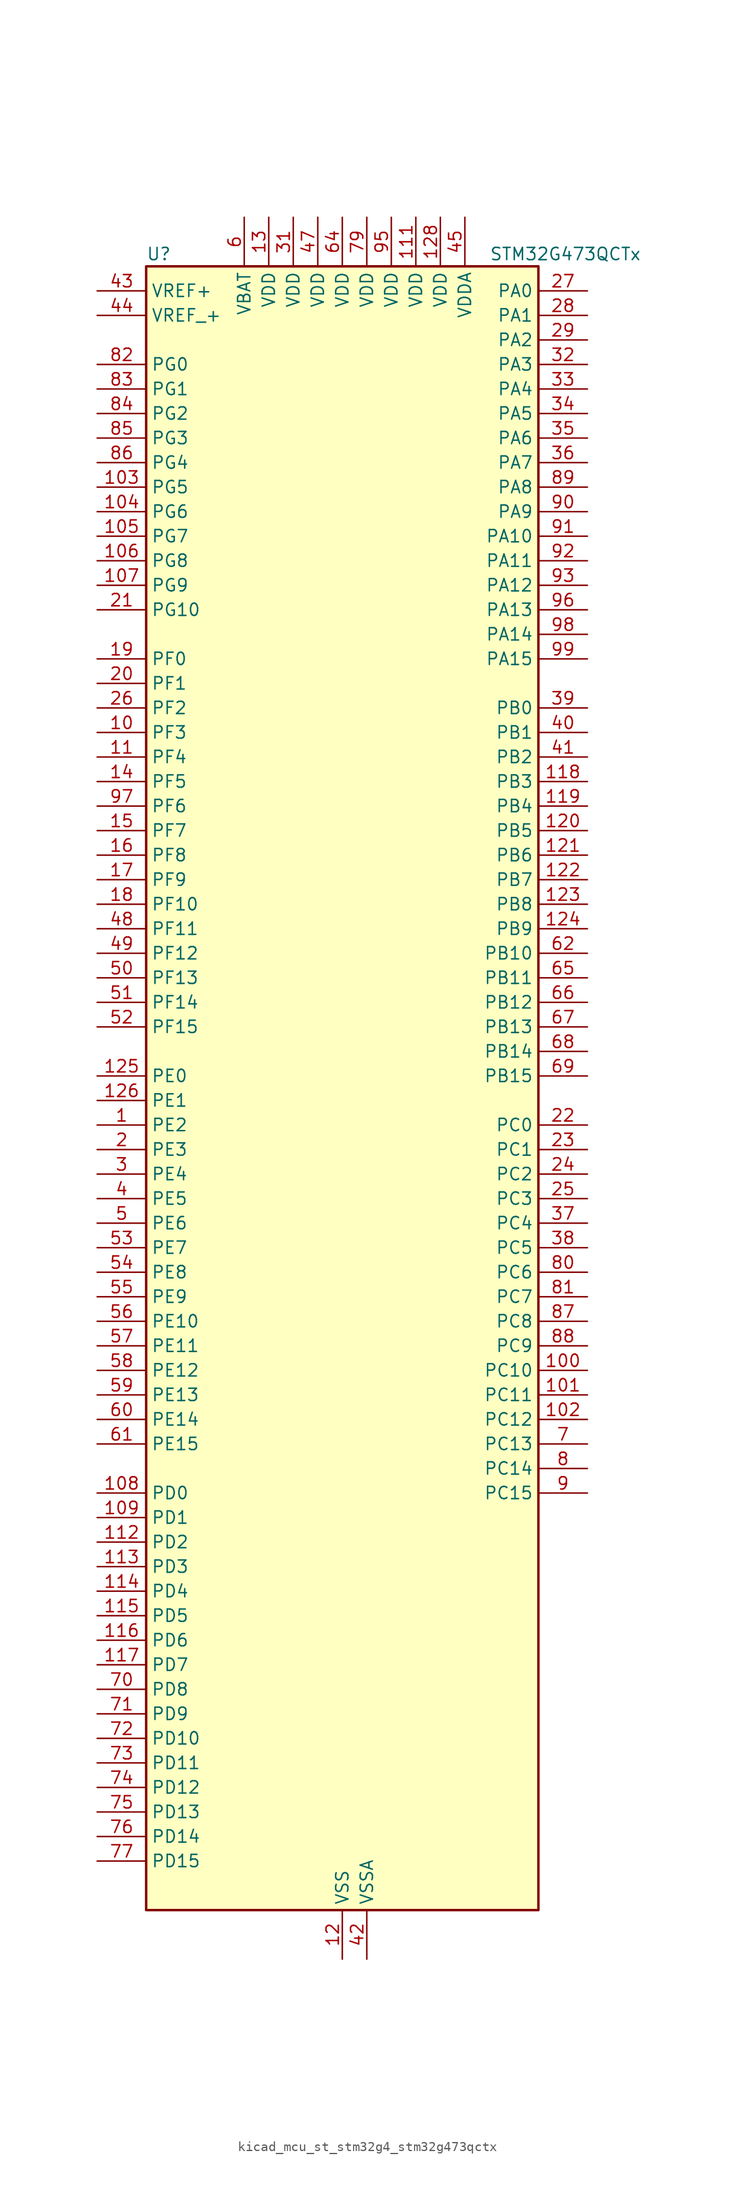
<source format=kicad_sym>
(kicad_symbol_lib
  (version 20220914)
  (generator kicad_symbol_editor)
  (symbol "kicad_mcu_st_stm32g4_stm32g473qctx"
    (property "Reference" "U"
      (at -20.32 87.63 0)
      (effects (font (size 1.27 1.27)) (justify left)))
    (property "Value" "STM32G473QCTx"
      (at 15.24 87.63 0)
      (effects (font (size 1.27 1.27)) (justify left)))
    (property "ki_locked" ""
      (at 0 0 0)
      (effects (font (size 1.27 1.27))))
    (symbol "kicad_mcu_st_stm32g4_stm32g473qctx_0_1"
      (rectangle (start -20.32 -83.82) (end 20.32 86.36) (stroke (width 0.254) (type default)) (fill (type background))))
    (symbol "kicad_mcu_st_stm32g4_stm32g473qctx_1_1"
      (pin bidirectional line (at -25.4 -2.54 0) (length 5.08) (name "PE2" (effects (font (size 1.27 1.27)))) (number "1" (effects (font (size 1.27 1.27)))) (alternate "ADC3_EXTI2" bidirectional line) (alternate "ADC4_EXTI2" bidirectional line) (alternate "ADC5_EXTI2" bidirectional line) (alternate "FMC_A23" bidirectional line) (alternate "SAI1_CK1" bidirectional line) (alternate "SAI1_MCLK_A" bidirectional line) (alternate "SPI4_SCK" bidirectional line) (alternate "SYS_TRACECLK" bidirectional line) (alternate "TIM20_CH1" bidirectional line) (alternate "TIM3_CH1" bidirectional line))
      (pin bidirectional line (at -25.4 38.1 0) (length 5.08) (name "PF3" (effects (font (size 1.27 1.27)))) (number "10" (effects (font (size 1.27 1.27)))) (alternate "ADC3_EXTI3" bidirectional line) (alternate "ADC4_EXTI3" bidirectional line) (alternate "ADC5_EXTI3" bidirectional line) (alternate "FMC_A3" bidirectional line) (alternate "I2C3_SCL" bidirectional line) (alternate "TIM20_CH4" bidirectional line))
      (pin bidirectional line (at 25.4 -27.94 180) (length 5.08) (name "PC10" (effects (font (size 1.27 1.27)))) (number "100" (effects (font (size 1.27 1.27)))) (alternate "DAC1_EXTI10" bidirectional line) (alternate "DAC2_EXTI10" bidirectional line) (alternate "DAC3_EXTI10" bidirectional line) (alternate "DAC4_EXTI10" bidirectional line) (alternate "I2S3_CK" bidirectional line) (alternate "SPI3_SCK" bidirectional line) (alternate "TIM8_CH1N" bidirectional line) (alternate "UART4_TX" bidirectional line) (alternate "USART3_TX" bidirectional line))
      (pin bidirectional line (at 25.4 -30.48 180) (length 5.08) (name "PC11" (effects (font (size 1.27 1.27)))) (number "101" (effects (font (size 1.27 1.27)))) (alternate "ADC1_EXTI11" bidirectional line) (alternate "ADC2_EXTI11" bidirectional line) (alternate "I2C3_SDA" bidirectional line) (alternate "SPI3_MISO" bidirectional line) (alternate "TIM8_CH2N" bidirectional line) (alternate "UART4_RX" bidirectional line) (alternate "USART3_RX" bidirectional line))
      (pin bidirectional line (at 25.4 -33.02 180) (length 5.08) (name "PC12" (effects (font (size 1.27 1.27)))) (number "102" (effects (font (size 1.27 1.27)))) (alternate "I2S3_SD" bidirectional line) (alternate "SPI3_MOSI" bidirectional line) (alternate "TIM5_CH2" bidirectional line) (alternate "TIM8_CH3N" bidirectional line) (alternate "UART5_TX" bidirectional line) (alternate "UCPD1_FRSTX1" bidirectional line) (alternate "UCPD1_FRSTX2" bidirectional line) (alternate "USART3_CK" bidirectional line))
      (pin bidirectional line (at -25.4 63.5 0) (length 5.08) (name "PG5" (effects (font (size 1.27 1.27)))) (number "103" (effects (font (size 1.27 1.27)))) (alternate "FMC_A15" bidirectional line) (alternate "LPUART1_CTS" bidirectional line) (alternate "SPI1_NSS" bidirectional line) (alternate "TIM20_ETR" bidirectional line))
      (pin bidirectional line (at -25.4 60.96 0) (length 5.08) (name "PG6" (effects (font (size 1.27 1.27)))) (number "104" (effects (font (size 1.27 1.27)))) (alternate "FMC_INT" bidirectional line) (alternate "I2C3_SMBA" bidirectional line) (alternate "LPUART1_DE" bidirectional line) (alternate "LPUART1_RTS" bidirectional line) (alternate "TIM20_BKIN" bidirectional line))
      (pin bidirectional line (at -25.4 58.42 0) (length 5.08) (name "PG7" (effects (font (size 1.27 1.27)))) (number "105" (effects (font (size 1.27 1.27)))) (alternate "FMC_INT" bidirectional line) (alternate "I2C3_SCL" bidirectional line) (alternate "LPUART1_TX" bidirectional line) (alternate "SAI1_CK1" bidirectional line) (alternate "SAI1_MCLK_A" bidirectional line))
      (pin bidirectional line (at -25.4 55.88 0) (length 5.08) (name "PG8" (effects (font (size 1.27 1.27)))) (number "106" (effects (font (size 1.27 1.27)))) (alternate "FMC_NE3" bidirectional line) (alternate "I2C3_SDA" bidirectional line) (alternate "LPUART1_RX" bidirectional line))
      (pin bidirectional line (at -25.4 53.34 0) (length 5.08) (name "PG9" (effects (font (size 1.27 1.27)))) (number "107" (effects (font (size 1.27 1.27)))) (alternate "DAC1_EXTI9" bidirectional line) (alternate "DAC2_EXTI9" bidirectional line) (alternate "DAC3_EXTI9" bidirectional line) (alternate "DAC4_EXTI9" bidirectional line) (alternate "FMC_NCE" bidirectional line) (alternate "FMC_NE2" bidirectional line) (alternate "SPI3_SCK" bidirectional line) (alternate "TIM15_CH1N" bidirectional line) (alternate "USART1_TX" bidirectional line))
      (pin bidirectional line (at -25.4 -40.64 0) (length 5.08) (name "PD0" (effects (font (size 1.27 1.27)))) (number "108" (effects (font (size 1.27 1.27)))) (alternate "FDCAN1_RX" bidirectional line) (alternate "FMC_D2" bidirectional line) (alternate "FMC_DA2" bidirectional line) (alternate "TIM8_CH4N" bidirectional line))
      (pin bidirectional line (at -25.4 -43.18 0) (length 5.08) (name "PD1" (effects (font (size 1.27 1.27)))) (number "109" (effects (font (size 1.27 1.27)))) (alternate "FDCAN1_TX" bidirectional line) (alternate "FMC_D3" bidirectional line) (alternate "FMC_DA3" bidirectional line) (alternate "TIM8_BKIN2" bidirectional line) (alternate "TIM8_CH4" bidirectional line))
      (pin bidirectional line (at -25.4 35.56 0) (length 5.08) (name "PF4" (effects (font (size 1.27 1.27)))) (number "11" (effects (font (size 1.27 1.27)))) (alternate "COMP1_OUT" bidirectional line) (alternate "FMC_A4" bidirectional line) (alternate "I2C3_SDA" bidirectional line) (alternate "TIM20_CH1N" bidirectional line))
      (pin passive line (at 0 -88.9 90) (length 5.08) hide (name "VSS" (effects (font (size 1.27 1.27)))) (number "110" (effects (font (size 1.27 1.27)))))
      (pin power_in line (at 7.62 91.44 270) (length 5.08) (name "VDD" (effects (font (size 1.27 1.27)))) (number "111" (effects (font (size 1.27 1.27)))))
      (pin bidirectional line (at -25.4 -45.72 0) (length 5.08) (name "PD2" (effects (font (size 1.27 1.27)))) (number "112" (effects (font (size 1.27 1.27)))) (alternate "ADC3_EXTI2" bidirectional line) (alternate "ADC4_EXTI2" bidirectional line) (alternate "ADC5_EXTI2" bidirectional line) (alternate "TIM3_ETR" bidirectional line) (alternate "TIM8_BKIN" bidirectional line) (alternate "UART5_RX" bidirectional line))
      (pin bidirectional line (at -25.4 -48.26 0) (length 5.08) (name "PD3" (effects (font (size 1.27 1.27)))) (number "113" (effects (font (size 1.27 1.27)))) (alternate "ADC3_EXTI3" bidirectional line) (alternate "ADC4_EXTI3" bidirectional line) (alternate "ADC5_EXTI3" bidirectional line) (alternate "FMC_CLK" bidirectional line) (alternate "QUADSPI1_BK2_NCS" bidirectional line) (alternate "TIM2_CH1" bidirectional line) (alternate "TIM2_ETR" bidirectional line) (alternate "USART2_CTS" bidirectional line) (alternate "USART2_NSS" bidirectional line))
      (pin bidirectional line (at -25.4 -50.8 0) (length 5.08) (name "PD4" (effects (font (size 1.27 1.27)))) (number "114" (effects (font (size 1.27 1.27)))) (alternate "FMC_NOE" bidirectional line) (alternate "QUADSPI1_BK2_IO0" bidirectional line) (alternate "TIM2_CH2" bidirectional line) (alternate "USART2_DE" bidirectional line) (alternate "USART2_RTS" bidirectional line))
      (pin bidirectional line (at -25.4 -53.34 0) (length 5.08) (name "PD5" (effects (font (size 1.27 1.27)))) (number "115" (effects (font (size 1.27 1.27)))) (alternate "FMC_NWE" bidirectional line) (alternate "QUADSPI1_BK2_IO1" bidirectional line) (alternate "USART2_TX" bidirectional line))
      (pin bidirectional line (at -25.4 -55.88 0) (length 5.08) (name "PD6" (effects (font (size 1.27 1.27)))) (number "116" (effects (font (size 1.27 1.27)))) (alternate "FMC_NWAIT" bidirectional line) (alternate "QUADSPI1_BK2_IO2" bidirectional line) (alternate "SAI1_D1" bidirectional line) (alternate "SAI1_SD_A" bidirectional line) (alternate "TIM2_CH4" bidirectional line) (alternate "USART2_RX" bidirectional line))
      (pin bidirectional line (at -25.4 -58.42 0) (length 5.08) (name "PD7" (effects (font (size 1.27 1.27)))) (number "117" (effects (font (size 1.27 1.27)))) (alternate "FMC_NCE" bidirectional line) (alternate "FMC_NE1" bidirectional line) (alternate "QUADSPI1_BK2_IO3" bidirectional line) (alternate "TIM2_CH3" bidirectional line) (alternate "USART2_CK" bidirectional line))
      (pin bidirectional line (at 25.4 33.02 180) (length 5.08) (name "PB3" (effects (font (size 1.27 1.27)))) (number "118" (effects (font (size 1.27 1.27)))) (alternate "ADC3_EXTI3" bidirectional line) (alternate "ADC4_EXTI3" bidirectional line) (alternate "ADC5_EXTI3" bidirectional line) (alternate "CRS_SYNC" bidirectional line) (alternate "FDCAN3_RX" bidirectional line) (alternate "I2S3_CK" bidirectional line) (alternate "SAI1_SCK_B" bidirectional line) (alternate "SPI1_SCK" bidirectional line) (alternate "SPI3_SCK" bidirectional line) (alternate "SYS_JTDO-SWO" bidirectional line) (alternate "TIM2_CH2" bidirectional line) (alternate "TIM3_ETR" bidirectional line) (alternate "TIM4_ETR" bidirectional line) (alternate "TIM8_CH1N" bidirectional line) (alternate "USART2_TX" bidirectional line))
      (pin bidirectional line (at 25.4 30.48 180) (length 5.08) (name "PB4" (effects (font (size 1.27 1.27)))) (number "119" (effects (font (size 1.27 1.27)))) (alternate "FDCAN3_TX" bidirectional line) (alternate "SAI1_MCLK_B" bidirectional line) (alternate "SPI1_MISO" bidirectional line) (alternate "SPI3_MISO" bidirectional line) (alternate "SYS_JTRST" bidirectional line) (alternate "TIM16_CH1" bidirectional line) (alternate "TIM17_BKIN" bidirectional line) (alternate "TIM3_CH1" bidirectional line) (alternate "TIM8_CH2N" bidirectional line) (alternate "UART5_DE" bidirectional line) (alternate "UART5_RTS" bidirectional line) (alternate "UCPD1_CC2" bidirectional line) (alternate "USART2_RX" bidirectional line))
      (pin power_in line (at 0 -88.9 90) (length 5.08) (name "VSS" (effects (font (size 1.27 1.27)))) (number "12" (effects (font (size 1.27 1.27)))))
      (pin bidirectional line (at 25.4 27.94 180) (length 5.08) (name "PB5" (effects (font (size 1.27 1.27)))) (number "120" (effects (font (size 1.27 1.27)))) (alternate "FDCAN2_RX" bidirectional line) (alternate "I2C1_SMBA" bidirectional line) (alternate "I2C3_SDA" bidirectional line) (alternate "I2S3_SD" bidirectional line) (alternate "LPTIM1_IN1" bidirectional line) (alternate "SAI1_SD_B" bidirectional line) (alternate "SPI1_MOSI" bidirectional line) (alternate "SPI3_MOSI" bidirectional line) (alternate "TIM16_BKIN" bidirectional line) (alternate "TIM17_CH1" bidirectional line) (alternate "TIM3_CH2" bidirectional line) (alternate "TIM8_CH3N" bidirectional line) (alternate "UART5_CTS" bidirectional line) (alternate "USART2_CK" bidirectional line))
      (pin bidirectional line (at 25.4 25.4 180) (length 5.08) (name "PB6" (effects (font (size 1.27 1.27)))) (number "121" (effects (font (size 1.27 1.27)))) (alternate "COMP4_OUT" bidirectional line) (alternate "FDCAN2_TX" bidirectional line) (alternate "LPTIM1_ETR" bidirectional line) (alternate "SAI1_FS_B" bidirectional line) (alternate "TIM16_CH1N" bidirectional line) (alternate "TIM4_CH1" bidirectional line) (alternate "TIM8_BKIN2" bidirectional line) (alternate "TIM8_CH1" bidirectional line) (alternate "TIM8_ETR" bidirectional line) (alternate "UCPD1_CC1" bidirectional line) (alternate "USART1_TX" bidirectional line))
      (pin bidirectional line (at 25.4 22.86 180) (length 5.08) (name "PB7" (effects (font (size 1.27 1.27)))) (number "122" (effects (font (size 1.27 1.27)))) (alternate "COMP3_OUT" bidirectional line) (alternate "FMC_NL" bidirectional line) (alternate "I2C1_SDA" bidirectional line) (alternate "I2C4_SDA" bidirectional line) (alternate "LPTIM1_IN2" bidirectional line) (alternate "SYS_PVD_IN" bidirectional line) (alternate "TIM17_CH1N" bidirectional line) (alternate "TIM3_CH4" bidirectional line) (alternate "TIM4_CH2" bidirectional line) (alternate "TIM8_BKIN" bidirectional line) (alternate "UART4_CTS" bidirectional line) (alternate "USART1_RX" bidirectional line))
      (pin bidirectional line (at 25.4 20.32 180) (length 5.08) (name "PB8" (effects (font (size 1.27 1.27)))) (number "123" (effects (font (size 1.27 1.27)))) (alternate "COMP1_OUT" bidirectional line) (alternate "FDCAN1_RX" bidirectional line) (alternate "I2C1_SCL" bidirectional line) (alternate "SAI1_CK1" bidirectional line) (alternate "SAI1_MCLK_A" bidirectional line) (alternate "TIM16_CH1" bidirectional line) (alternate "TIM1_BKIN" bidirectional line) (alternate "TIM4_CH3" bidirectional line) (alternate "TIM8_CH2" bidirectional line) (alternate "USART3_RX" bidirectional line))
      (pin bidirectional line (at 25.4 17.78 180) (length 5.08) (name "PB9" (effects (font (size 1.27 1.27)))) (number "124" (effects (font (size 1.27 1.27)))) (alternate "COMP2_OUT" bidirectional line) (alternate "DAC1_EXTI9" bidirectional line) (alternate "DAC2_EXTI9" bidirectional line) (alternate "DAC3_EXTI9" bidirectional line) (alternate "DAC4_EXTI9" bidirectional line) (alternate "FDCAN1_TX" bidirectional line) (alternate "I2C1_SDA" bidirectional line) (alternate "IR_OUT" bidirectional line) (alternate "SAI1_D2" bidirectional line) (alternate "SAI1_FS_A" bidirectional line) (alternate "TIM17_CH1" bidirectional line) (alternate "TIM1_CH3N" bidirectional line) (alternate "TIM4_CH4" bidirectional line) (alternate "TIM8_CH3" bidirectional line) (alternate "USART3_TX" bidirectional line))
      (pin bidirectional line (at -25.4 2.54 0) (length 5.08) (name "PE0" (effects (font (size 1.27 1.27)))) (number "125" (effects (font (size 1.27 1.27)))) (alternate "FMC_NBL0" bidirectional line) (alternate "TIM16_CH1" bidirectional line) (alternate "TIM20_CH4N" bidirectional line) (alternate "TIM20_ETR" bidirectional line) (alternate "TIM4_ETR" bidirectional line) (alternate "USART1_TX" bidirectional line))
      (pin bidirectional line (at -25.4 0 0) (length 5.08) (name "PE1" (effects (font (size 1.27 1.27)))) (number "126" (effects (font (size 1.27 1.27)))) (alternate "FMC_NBL1" bidirectional line) (alternate "TIM17_CH1" bidirectional line) (alternate "TIM20_CH4" bidirectional line) (alternate "USART1_RX" bidirectional line))
      (pin passive line (at 0 -88.9 90) (length 5.08) hide (name "VSS" (effects (font (size 1.27 1.27)))) (number "127" (effects (font (size 1.27 1.27)))))
      (pin power_in line (at 10.16 91.44 270) (length 5.08) (name "VDD" (effects (font (size 1.27 1.27)))) (number "128" (effects (font (size 1.27 1.27)))))
      (pin power_in line (at -7.62 91.44 270) (length 5.08) (name "VDD" (effects (font (size 1.27 1.27)))) (number "13" (effects (font (size 1.27 1.27)))))
      (pin bidirectional line (at -25.4 33.02 0) (length 5.08) (name "PF5" (effects (font (size 1.27 1.27)))) (number "14" (effects (font (size 1.27 1.27)))) (alternate "FMC_A5" bidirectional line) (alternate "TIM20_CH2N" bidirectional line))
      (pin bidirectional line (at -25.4 27.94 0) (length 5.08) (name "PF7" (effects (font (size 1.27 1.27)))) (number "15" (effects (font (size 1.27 1.27)))) (alternate "FMC_A1" bidirectional line) (alternate "QUADSPI1_BK1_IO2" bidirectional line) (alternate "SAI1_MCLK_B" bidirectional line) (alternate "TIM20_BKIN" bidirectional line) (alternate "TIM5_CH2" bidirectional line))
      (pin bidirectional line (at -25.4 25.4 0) (length 5.08) (name "PF8" (effects (font (size 1.27 1.27)))) (number "16" (effects (font (size 1.27 1.27)))) (alternate "FMC_A24" bidirectional line) (alternate "QUADSPI1_BK1_IO0" bidirectional line) (alternate "SAI1_SCK_B" bidirectional line) (alternate "TIM20_BKIN2" bidirectional line) (alternate "TIM5_CH3" bidirectional line))
      (pin bidirectional line (at -25.4 22.86 0) (length 5.08) (name "PF9" (effects (font (size 1.27 1.27)))) (number "17" (effects (font (size 1.27 1.27)))) (alternate "DAC1_EXTI9" bidirectional line) (alternate "DAC2_EXTI9" bidirectional line) (alternate "DAC3_EXTI9" bidirectional line) (alternate "DAC4_EXTI9" bidirectional line) (alternate "FMC_A25" bidirectional line) (alternate "QUADSPI1_BK1_IO1" bidirectional line) (alternate "SAI1_FS_B" bidirectional line) (alternate "SPI2_SCK" bidirectional line) (alternate "TIM15_CH1" bidirectional line) (alternate "TIM20_BKIN" bidirectional line) (alternate "TIM5_CH4" bidirectional line))
      (pin bidirectional line (at -25.4 20.32 0) (length 5.08) (name "PF10" (effects (font (size 1.27 1.27)))) (number "18" (effects (font (size 1.27 1.27)))) (alternate "DAC1_EXTI10" bidirectional line) (alternate "DAC2_EXTI10" bidirectional line) (alternate "DAC3_EXTI10" bidirectional line) (alternate "DAC4_EXTI10" bidirectional line) (alternate "FMC_A0" bidirectional line) (alternate "QUADSPI1_CLK" bidirectional line) (alternate "SAI1_D3" bidirectional line) (alternate "SPI2_SCK" bidirectional line) (alternate "TIM15_CH2" bidirectional line) (alternate "TIM20_BKIN2" bidirectional line))
      (pin bidirectional line (at -25.4 45.72 0) (length 5.08) (name "PF0" (effects (font (size 1.27 1.27)))) (number "19" (effects (font (size 1.27 1.27)))) (alternate "ADC1_IN10" bidirectional line) (alternate "I2C2_SDA" bidirectional line) (alternate "I2S2_WS" bidirectional line) (alternate "RCC_OSC_IN" bidirectional line) (alternate "SPI2_NSS" bidirectional line) (alternate "TIM1_CH3N" bidirectional line))
      (pin bidirectional line (at -25.4 -5.08 0) (length 5.08) (name "PE3" (effects (font (size 1.27 1.27)))) (number "2" (effects (font (size 1.27 1.27)))) (alternate "ADC3_EXTI3" bidirectional line) (alternate "ADC4_EXTI3" bidirectional line) (alternate "ADC5_EXTI3" bidirectional line) (alternate "FMC_A19" bidirectional line) (alternate "SAI1_SD_B" bidirectional line) (alternate "SPI4_NSS" bidirectional line) (alternate "SYS_TRACED0" bidirectional line) (alternate "TIM20_CH2" bidirectional line) (alternate "TIM3_CH2" bidirectional line))
      (pin bidirectional line (at -25.4 43.18 0) (length 5.08) (name "PF1" (effects (font (size 1.27 1.27)))) (number "20" (effects (font (size 1.27 1.27)))) (alternate "ADC2_IN10" bidirectional line) (alternate "COMP3_INM" bidirectional line) (alternate "I2S2_CK" bidirectional line) (alternate "RCC_OSC_OUT" bidirectional line) (alternate "SPI2_SCK" bidirectional line))
      (pin bidirectional line (at -25.4 50.8 0) (length 5.08) (name "PG10" (effects (font (size 1.27 1.27)))) (number "21" (effects (font (size 1.27 1.27)))) (alternate "DAC1_EXTI10" bidirectional line) (alternate "DAC2_EXTI10" bidirectional line) (alternate "DAC3_EXTI10" bidirectional line) (alternate "DAC4_EXTI10" bidirectional line) (alternate "RCC_MCO" bidirectional line))
      (pin bidirectional line (at 25.4 -2.54 180) (length 5.08) (name "PC0" (effects (font (size 1.27 1.27)))) (number "22" (effects (font (size 1.27 1.27)))) (alternate "ADC1_IN6" bidirectional line) (alternate "ADC2_IN6" bidirectional line) (alternate "COMP3_INM" bidirectional line) (alternate "LPTIM1_IN1" bidirectional line) (alternate "LPUART1_RX" bidirectional line) (alternate "TIM1_CH1" bidirectional line))
      (pin bidirectional line (at 25.4 -5.08 180) (length 5.08) (name "PC1" (effects (font (size 1.27 1.27)))) (number "23" (effects (font (size 1.27 1.27)))) (alternate "ADC1_IN7" bidirectional line) (alternate "ADC2_IN7" bidirectional line) (alternate "COMP3_INP" bidirectional line) (alternate "LPTIM1_OUT" bidirectional line) (alternate "LPUART1_TX" bidirectional line) (alternate "QUADSPI1_BK2_IO0" bidirectional line) (alternate "SAI1_SD_A" bidirectional line) (alternate "TIM1_CH2" bidirectional line))
      (pin bidirectional line (at 25.4 -7.62 180) (length 5.08) (name "PC2" (effects (font (size 1.27 1.27)))) (number "24" (effects (font (size 1.27 1.27)))) (alternate "ADC1_IN8" bidirectional line) (alternate "ADC2_IN8" bidirectional line) (alternate "ADC3_EXTI2" bidirectional line) (alternate "ADC4_EXTI2" bidirectional line) (alternate "ADC5_EXTI2" bidirectional line) (alternate "COMP3_OUT" bidirectional line) (alternate "LPTIM1_IN2" bidirectional line) (alternate "QUADSPI1_BK2_IO1" bidirectional line) (alternate "TIM1_CH3" bidirectional line) (alternate "TIM20_CH2" bidirectional line))
      (pin bidirectional line (at 25.4 -10.16 180) (length 5.08) (name "PC3" (effects (font (size 1.27 1.27)))) (number "25" (effects (font (size 1.27 1.27)))) (alternate "ADC1_IN9" bidirectional line) (alternate "ADC2_IN9" bidirectional line) (alternate "ADC3_EXTI3" bidirectional line) (alternate "ADC4_EXTI3" bidirectional line) (alternate "ADC5_EXTI3" bidirectional line) (alternate "LPTIM1_ETR" bidirectional line) (alternate "OPAMP5_VINP" bidirectional line) (alternate "OPAMP5_VINP_SEC" bidirectional line) (alternate "QUADSPI1_BK2_IO2" bidirectional line) (alternate "SAI1_D1" bidirectional line) (alternate "SAI1_SD_A" bidirectional line) (alternate "TIM1_BKIN2" bidirectional line) (alternate "TIM1_CH4" bidirectional line))
      (pin bidirectional line (at -25.4 40.64 0) (length 5.08) (name "PF2" (effects (font (size 1.27 1.27)))) (number "26" (effects (font (size 1.27 1.27)))) (alternate "ADC3_EXTI2" bidirectional line) (alternate "ADC4_EXTI2" bidirectional line) (alternate "ADC5_EXTI2" bidirectional line) (alternate "FMC_A2" bidirectional line) (alternate "I2C2_SMBA" bidirectional line) (alternate "TIM20_CH3" bidirectional line))
      (pin bidirectional line (at 25.4 83.82 180) (length 5.08) (name "PA0" (effects (font (size 1.27 1.27)))) (number "27" (effects (font (size 1.27 1.27)))) (alternate "ADC1_IN1" bidirectional line) (alternate "ADC2_IN1" bidirectional line) (alternate "COMP1_INM" bidirectional line) (alternate "COMP1_OUT" bidirectional line) (alternate "COMP3_INP" bidirectional line) (alternate "RTC_TAMP2" bidirectional line) (alternate "SYS_WKUP1" bidirectional line) (alternate "TIM2_CH1" bidirectional line) (alternate "TIM2_ETR" bidirectional line) (alternate "TIM5_CH1" bidirectional line) (alternate "TIM8_BKIN" bidirectional line) (alternate "TIM8_ETR" bidirectional line) (alternate "USART2_CTS" bidirectional line) (alternate "USART2_NSS" bidirectional line))
      (pin bidirectional line (at 25.4 81.28 180) (length 5.08) (name "PA1" (effects (font (size 1.27 1.27)))) (number "28" (effects (font (size 1.27 1.27)))) (alternate "ADC1_IN2" bidirectional line) (alternate "ADC2_IN2" bidirectional line) (alternate "COMP1_INP" bidirectional line) (alternate "OPAMP1_VINP" bidirectional line) (alternate "OPAMP1_VINP_SEC" bidirectional line) (alternate "OPAMP3_VINP" bidirectional line) (alternate "OPAMP3_VINP_SEC" bidirectional line) (alternate "OPAMP6_VINM" bidirectional line) (alternate "OPAMP6_VINM0" bidirectional line) (alternate "OPAMP6_VINM_SEC" bidirectional line) (alternate "RTC_REFIN" bidirectional line) (alternate "TIM15_CH1N" bidirectional line) (alternate "TIM2_CH2" bidirectional line) (alternate "TIM5_CH2" bidirectional line) (alternate "USART2_DE" bidirectional line) (alternate "USART2_RTS" bidirectional line))
      (pin bidirectional line (at 25.4 78.74 180) (length 5.08) (name "PA2" (effects (font (size 1.27 1.27)))) (number "29" (effects (font (size 1.27 1.27)))) (alternate "ADC1_IN3" bidirectional line) (alternate "ADC3_EXTI2" bidirectional line) (alternate "ADC4_EXTI2" bidirectional line) (alternate "ADC5_EXTI2" bidirectional line) (alternate "COMP2_INM" bidirectional line) (alternate "COMP2_OUT" bidirectional line) (alternate "LPUART1_TX" bidirectional line) (alternate "OPAMP1_VOUT" bidirectional line) (alternate "QUADSPI1_BK1_NCS" bidirectional line) (alternate "RCC_LSCO" bidirectional line) (alternate "SYS_WKUP4" bidirectional line) (alternate "TIM15_CH1" bidirectional line) (alternate "TIM2_CH3" bidirectional line) (alternate "TIM5_CH3" bidirectional line) (alternate "UCPD1_FRSTX1" bidirectional line) (alternate "UCPD1_FRSTX2" bidirectional line) (alternate "USART2_TX" bidirectional line))
      (pin bidirectional line (at -25.4 -7.62 0) (length 5.08) (name "PE4" (effects (font (size 1.27 1.27)))) (number "3" (effects (font (size 1.27 1.27)))) (alternate "FMC_A20" bidirectional line) (alternate "SAI1_D2" bidirectional line) (alternate "SAI1_FS_A" bidirectional line) (alternate "SPI4_NSS" bidirectional line) (alternate "SYS_TRACED1" bidirectional line) (alternate "TIM20_CH1N" bidirectional line) (alternate "TIM3_CH3" bidirectional line))
      (pin passive line (at 0 -88.9 90) (length 5.08) hide (name "VSS" (effects (font (size 1.27 1.27)))) (number "30" (effects (font (size 1.27 1.27)))))
      (pin power_in line (at -5.08 91.44 270) (length 5.08) (name "VDD" (effects (font (size 1.27 1.27)))) (number "31" (effects (font (size 1.27 1.27)))))
      (pin bidirectional line (at 25.4 76.2 180) (length 5.08) (name "PA3" (effects (font (size 1.27 1.27)))) (number "32" (effects (font (size 1.27 1.27)))) (alternate "ADC1_IN4" bidirectional line) (alternate "ADC3_EXTI3" bidirectional line) (alternate "ADC4_EXTI3" bidirectional line) (alternate "ADC5_EXTI3" bidirectional line) (alternate "COMP2_INP" bidirectional line) (alternate "LPUART1_RX" bidirectional line) (alternate "OPAMP1_VINM" bidirectional line) (alternate "OPAMP1_VINM0" bidirectional line) (alternate "OPAMP1_VINM_SEC" bidirectional line) (alternate "OPAMP1_VINP" bidirectional line) (alternate "OPAMP1_VINP_SEC" bidirectional line) (alternate "OPAMP5_VINM" bidirectional line) (alternate "OPAMP5_VINM1" bidirectional line) (alternate "OPAMP5_VINM_SEC" bidirectional line) (alternate "QUADSPI1_CLK" bidirectional line) (alternate "SAI1_CK1" bidirectional line) (alternate "SAI1_MCLK_A" bidirectional line) (alternate "TIM15_CH2" bidirectional line) (alternate "TIM2_CH4" bidirectional line) (alternate "TIM5_CH4" bidirectional line) (alternate "USART2_RX" bidirectional line))
      (pin bidirectional line (at 25.4 73.66 180) (length 5.08) (name "PA4" (effects (font (size 1.27 1.27)))) (number "33" (effects (font (size 1.27 1.27)))) (alternate "ADC2_IN17" bidirectional line) (alternate "COMP1_INM" bidirectional line) (alternate "DAC1_OUT1" bidirectional line) (alternate "I2S3_WS" bidirectional line) (alternate "SAI1_FS_B" bidirectional line) (alternate "SPI1_NSS" bidirectional line) (alternate "SPI3_NSS" bidirectional line) (alternate "TIM3_CH2" bidirectional line) (alternate "USART2_CK" bidirectional line))
      (pin bidirectional line (at 25.4 71.12 180) (length 5.08) (name "PA5" (effects (font (size 1.27 1.27)))) (number "34" (effects (font (size 1.27 1.27)))) (alternate "ADC2_IN13" bidirectional line) (alternate "COMP2_INM" bidirectional line) (alternate "DAC1_OUT2" bidirectional line) (alternate "OPAMP2_VINM" bidirectional line) (alternate "OPAMP2_VINM0" bidirectional line) (alternate "OPAMP2_VINM_SEC" bidirectional line) (alternate "SPI1_SCK" bidirectional line) (alternate "TIM2_CH1" bidirectional line) (alternate "TIM2_ETR" bidirectional line) (alternate "UCPD1_FRSTX1" bidirectional line) (alternate "UCPD1_FRSTX2" bidirectional line))
      (pin bidirectional line (at 25.4 68.58 180) (length 5.08) (name "PA6" (effects (font (size 1.27 1.27)))) (number "35" (effects (font (size 1.27 1.27)))) (alternate "ADC2_IN3" bidirectional line) (alternate "COMP1_OUT" bidirectional line) (alternate "DAC2_OUT1" bidirectional line) (alternate "LPUART1_CTS" bidirectional line) (alternate "OPAMP2_VOUT" bidirectional line) (alternate "QUADSPI1_BK1_IO3" bidirectional line) (alternate "SPI1_MISO" bidirectional line) (alternate "TIM16_CH1" bidirectional line) (alternate "TIM1_BKIN" bidirectional line) (alternate "TIM3_CH1" bidirectional line) (alternate "TIM8_BKIN" bidirectional line))
      (pin bidirectional line (at 25.4 66.04 180) (length 5.08) (name "PA7" (effects (font (size 1.27 1.27)))) (number "36" (effects (font (size 1.27 1.27)))) (alternate "ADC2_IN4" bidirectional line) (alternate "COMP2_INP" bidirectional line) (alternate "COMP2_OUT" bidirectional line) (alternate "OPAMP1_VINP" bidirectional line) (alternate "OPAMP1_VINP_SEC" bidirectional line) (alternate "OPAMP2_VINP" bidirectional line) (alternate "OPAMP2_VINP_SEC" bidirectional line) (alternate "QUADSPI1_BK1_IO2" bidirectional line) (alternate "SPI1_MOSI" bidirectional line) (alternate "TIM17_CH1" bidirectional line) (alternate "TIM1_CH1N" bidirectional line) (alternate "TIM3_CH2" bidirectional line) (alternate "TIM8_CH1N" bidirectional line) (alternate "UCPD1_FRSTX1" bidirectional line) (alternate "UCPD1_FRSTX2" bidirectional line))
      (pin bidirectional line (at 25.4 -12.7 180) (length 5.08) (name "PC4" (effects (font (size 1.27 1.27)))) (number "37" (effects (font (size 1.27 1.27)))) (alternate "ADC2_IN5" bidirectional line) (alternate "I2C2_SCL" bidirectional line) (alternate "QUADSPI1_BK2_IO3" bidirectional line) (alternate "TIM1_ETR" bidirectional line) (alternate "USART1_TX" bidirectional line))
      (pin bidirectional line (at 25.4 -15.24 180) (length 5.08) (name "PC5" (effects (font (size 1.27 1.27)))) (number "38" (effects (font (size 1.27 1.27)))) (alternate "ADC2_IN11" bidirectional line) (alternate "OPAMP1_VINM" bidirectional line) (alternate "OPAMP1_VINM1" bidirectional line) (alternate "OPAMP1_VINM_SEC" bidirectional line) (alternate "OPAMP2_VINM" bidirectional line) (alternate "OPAMP2_VINM1" bidirectional line) (alternate "OPAMP2_VINM_SEC" bidirectional line) (alternate "SAI1_D3" bidirectional line) (alternate "SYS_WKUP5" bidirectional line) (alternate "TIM15_BKIN" bidirectional line) (alternate "TIM1_CH4N" bidirectional line) (alternate "USART1_RX" bidirectional line))
      (pin bidirectional line (at 25.4 40.64 180) (length 5.08) (name "PB0" (effects (font (size 1.27 1.27)))) (number "39" (effects (font (size 1.27 1.27)))) (alternate "ADC1_IN15" bidirectional line) (alternate "ADC3_IN12" bidirectional line) (alternate "COMP4_INP" bidirectional line) (alternate "OPAMP2_VINP" bidirectional line) (alternate "OPAMP2_VINP_SEC" bidirectional line) (alternate "OPAMP3_VINP" bidirectional line) (alternate "OPAMP3_VINP_SEC" bidirectional line) (alternate "QUADSPI1_BK1_IO1" bidirectional line) (alternate "TIM1_CH2N" bidirectional line) (alternate "TIM3_CH3" bidirectional line) (alternate "TIM8_CH2N" bidirectional line) (alternate "UCPD1_FRSTX1" bidirectional line) (alternate "UCPD1_FRSTX2" bidirectional line))
      (pin bidirectional line (at -25.4 -10.16 0) (length 5.08) (name "PE5" (effects (font (size 1.27 1.27)))) (number "4" (effects (font (size 1.27 1.27)))) (alternate "FMC_A21" bidirectional line) (alternate "SAI1_CK2" bidirectional line) (alternate "SAI1_SCK_A" bidirectional line) (alternate "SPI4_MISO" bidirectional line) (alternate "SYS_TRACED2" bidirectional line) (alternate "TIM20_CH2N" bidirectional line) (alternate "TIM3_CH4" bidirectional line))
      (pin bidirectional line (at 25.4 38.1 180) (length 5.08) (name "PB1" (effects (font (size 1.27 1.27)))) (number "40" (effects (font (size 1.27 1.27)))) (alternate "ADC1_IN12" bidirectional line) (alternate "ADC3_IN1" bidirectional line) (alternate "COMP1_INP" bidirectional line) (alternate "COMP4_OUT" bidirectional line) (alternate "LPUART1_DE" bidirectional line) (alternate "LPUART1_RTS" bidirectional line) (alternate "OPAMP3_VOUT" bidirectional line) (alternate "OPAMP6_VINM" bidirectional line) (alternate "OPAMP6_VINM1" bidirectional line) (alternate "OPAMP6_VINM_SEC" bidirectional line) (alternate "QUADSPI1_BK1_IO0" bidirectional line) (alternate "TIM1_CH3N" bidirectional line) (alternate "TIM3_CH4" bidirectional line) (alternate "TIM8_CH3N" bidirectional line))
      (pin bidirectional line (at 25.4 35.56 180) (length 5.08) (name "PB2" (effects (font (size 1.27 1.27)))) (number "41" (effects (font (size 1.27 1.27)))) (alternate "ADC2_IN12" bidirectional line) (alternate "ADC3_EXTI2" bidirectional line) (alternate "ADC4_EXTI2" bidirectional line) (alternate "ADC5_EXTI2" bidirectional line) (alternate "COMP4_INM" bidirectional line) (alternate "I2C3_SMBA" bidirectional line) (alternate "LPTIM1_OUT" bidirectional line) (alternate "OPAMP3_VINM" bidirectional line) (alternate "OPAMP3_VINM0" bidirectional line) (alternate "OPAMP3_VINM_SEC" bidirectional line) (alternate "QUADSPI1_BK2_IO1" bidirectional line) (alternate "RTC_OUT2" bidirectional line) (alternate "TIM20_CH1" bidirectional line) (alternate "TIM5_CH1" bidirectional line))
      (pin power_in line (at 2.54 -88.9 90) (length 5.08) (name "VSSA" (effects (font (size 1.27 1.27)))) (number "42" (effects (font (size 1.27 1.27)))))
      (pin input line (at -25.4 83.82 0) (length 5.08) (name "VREF+" (effects (font (size 1.27 1.27)))) (number "43" (effects (font (size 1.27 1.27)))) (alternate "VREFBUF_OUT1" bidirectional line))
      (pin input line (at -25.4 81.28 0) (length 5.08) (name "VREF_+" (effects (font (size 1.27 1.27)))) (number "44" (effects (font (size 1.27 1.27)))) (alternate "VREFBUF_OUT2" bidirectional line))
      (pin power_in line (at 12.7 91.44 270) (length 5.08) (name "VDDA" (effects (font (size 1.27 1.27)))) (number "45" (effects (font (size 1.27 1.27)))))
      (pin passive line (at 0 -88.9 90) (length 5.08) hide (name "VSS" (effects (font (size 1.27 1.27)))) (number "46" (effects (font (size 1.27 1.27)))))
      (pin power_in line (at -2.54 91.44 270) (length 5.08) (name "VDD" (effects (font (size 1.27 1.27)))) (number "47" (effects (font (size 1.27 1.27)))))
      (pin bidirectional line (at -25.4 17.78 0) (length 5.08) (name "PF11" (effects (font (size 1.27 1.27)))) (number "48" (effects (font (size 1.27 1.27)))) (alternate "ADC1_EXTI11" bidirectional line) (alternate "ADC2_EXTI11" bidirectional line) (alternate "FMC_NE4" bidirectional line) (alternate "TIM20_ETR" bidirectional line))
      (pin bidirectional line (at -25.4 15.24 0) (length 5.08) (name "PF12" (effects (font (size 1.27 1.27)))) (number "49" (effects (font (size 1.27 1.27)))) (alternate "FMC_A6" bidirectional line) (alternate "TIM20_CH1" bidirectional line))
      (pin bidirectional line (at -25.4 -12.7 0) (length 5.08) (name "PE6" (effects (font (size 1.27 1.27)))) (number "5" (effects (font (size 1.27 1.27)))) (alternate "FMC_A22" bidirectional line) (alternate "RTC_TAMP3" bidirectional line) (alternate "SAI1_D1" bidirectional line) (alternate "SAI1_SD_A" bidirectional line) (alternate "SPI4_MOSI" bidirectional line) (alternate "SYS_TRACED3" bidirectional line) (alternate "SYS_WKUP3" bidirectional line) (alternate "TIM20_CH3N" bidirectional line))
      (pin bidirectional line (at -25.4 12.7 0) (length 5.08) (name "PF13" (effects (font (size 1.27 1.27)))) (number "50" (effects (font (size 1.27 1.27)))) (alternate "FMC_A7" bidirectional line) (alternate "I2C4_SMBA" bidirectional line) (alternate "TIM20_CH2" bidirectional line))
      (pin bidirectional line (at -25.4 10.16 0) (length 5.08) (name "PF14" (effects (font (size 1.27 1.27)))) (number "51" (effects (font (size 1.27 1.27)))) (alternate "FMC_A8" bidirectional line) (alternate "I2C4_SCL" bidirectional line) (alternate "TIM20_CH3" bidirectional line))
      (pin bidirectional line (at -25.4 7.62 0) (length 5.08) (name "PF15" (effects (font (size 1.27 1.27)))) (number "52" (effects (font (size 1.27 1.27)))) (alternate "ADC1_EXTI15" bidirectional line) (alternate "ADC2_EXTI15" bidirectional line) (alternate "FMC_A9" bidirectional line) (alternate "I2C4_SDA" bidirectional line) (alternate "TIM20_CH4" bidirectional line))
      (pin bidirectional line (at -25.4 -15.24 0) (length 5.08) (name "PE7" (effects (font (size 1.27 1.27)))) (number "53" (effects (font (size 1.27 1.27)))) (alternate "ADC3_IN4" bidirectional line) (alternate "COMP4_INP" bidirectional line) (alternate "FMC_D4" bidirectional line) (alternate "FMC_DA4" bidirectional line) (alternate "SAI1_SD_B" bidirectional line) (alternate "TIM1_ETR" bidirectional line))
      (pin bidirectional line (at -25.4 -17.78 0) (length 5.08) (name "PE8" (effects (font (size 1.27 1.27)))) (number "54" (effects (font (size 1.27 1.27)))) (alternate "ADC3_IN6" bidirectional line) (alternate "ADC4_IN6" bidirectional line) (alternate "ADC5_IN6" bidirectional line) (alternate "COMP4_INM" bidirectional line) (alternate "FMC_D5" bidirectional line) (alternate "FMC_DA5" bidirectional line) (alternate "SAI1_SCK_B" bidirectional line) (alternate "TIM1_CH1N" bidirectional line) (alternate "TIM5_CH3" bidirectional line))
      (pin bidirectional line (at -25.4 -20.32 0) (length 5.08) (name "PE9" (effects (font (size 1.27 1.27)))) (number "55" (effects (font (size 1.27 1.27)))) (alternate "ADC3_IN2" bidirectional line) (alternate "DAC1_EXTI9" bidirectional line) (alternate "DAC2_EXTI9" bidirectional line) (alternate "DAC3_EXTI9" bidirectional line) (alternate "DAC4_EXTI9" bidirectional line) (alternate "FMC_D6" bidirectional line) (alternate "FMC_DA6" bidirectional line) (alternate "SAI1_FS_B" bidirectional line) (alternate "TIM1_CH1" bidirectional line) (alternate "TIM5_CH4" bidirectional line))
      (pin bidirectional line (at -25.4 -22.86 0) (length 5.08) (name "PE10" (effects (font (size 1.27 1.27)))) (number "56" (effects (font (size 1.27 1.27)))) (alternate "ADC3_IN14" bidirectional line) (alternate "ADC4_IN14" bidirectional line) (alternate "ADC5_IN14" bidirectional line) (alternate "DAC1_EXTI10" bidirectional line) (alternate "DAC2_EXTI10" bidirectional line) (alternate "DAC3_EXTI10" bidirectional line) (alternate "DAC4_EXTI10" bidirectional line) (alternate "FMC_D7" bidirectional line) (alternate "FMC_DA7" bidirectional line) (alternate "QUADSPI1_CLK" bidirectional line) (alternate "SAI1_MCLK_B" bidirectional line) (alternate "TIM1_CH2N" bidirectional line))
      (pin bidirectional line (at -25.4 -25.4 0) (length 5.08) (name "PE11" (effects (font (size 1.27 1.27)))) (number "57" (effects (font (size 1.27 1.27)))) (alternate "ADC1_EXTI11" bidirectional line) (alternate "ADC2_EXTI11" bidirectional line) (alternate "ADC3_IN15" bidirectional line) (alternate "ADC4_IN15" bidirectional line) (alternate "ADC5_IN15" bidirectional line) (alternate "FMC_D8" bidirectional line) (alternate "FMC_DA8" bidirectional line) (alternate "QUADSPI1_BK1_NCS" bidirectional line) (alternate "SPI4_NSS" bidirectional line) (alternate "TIM1_CH2" bidirectional line))
      (pin bidirectional line (at -25.4 -27.94 0) (length 5.08) (name "PE12" (effects (font (size 1.27 1.27)))) (number "58" (effects (font (size 1.27 1.27)))) (alternate "ADC3_IN16" bidirectional line) (alternate "ADC4_IN16" bidirectional line) (alternate "ADC5_IN16" bidirectional line) (alternate "FMC_D9" bidirectional line) (alternate "FMC_DA9" bidirectional line) (alternate "QUADSPI1_BK1_IO0" bidirectional line) (alternate "SPI4_SCK" bidirectional line) (alternate "TIM1_CH3N" bidirectional line))
      (pin bidirectional line (at -25.4 -30.48 0) (length 5.08) (name "PE13" (effects (font (size 1.27 1.27)))) (number "59" (effects (font (size 1.27 1.27)))) (alternate "ADC3_IN3" bidirectional line) (alternate "FMC_D10" bidirectional line) (alternate "FMC_DA10" bidirectional line) (alternate "QUADSPI1_BK1_IO1" bidirectional line) (alternate "SPI4_MISO" bidirectional line) (alternate "TIM1_CH3" bidirectional line))
      (pin power_in line (at -10.16 91.44 270) (length 5.08) (name "VBAT" (effects (font (size 1.27 1.27)))) (number "6" (effects (font (size 1.27 1.27)))))
      (pin bidirectional line (at -25.4 -33.02 0) (length 5.08) (name "PE14" (effects (font (size 1.27 1.27)))) (number "60" (effects (font (size 1.27 1.27)))) (alternate "ADC4_IN1" bidirectional line) (alternate "FMC_D11" bidirectional line) (alternate "FMC_DA11" bidirectional line) (alternate "QUADSPI1_BK1_IO2" bidirectional line) (alternate "SPI4_MOSI" bidirectional line) (alternate "TIM1_BKIN2" bidirectional line) (alternate "TIM1_CH4" bidirectional line))
      (pin bidirectional line (at -25.4 -35.56 0) (length 5.08) (name "PE15" (effects (font (size 1.27 1.27)))) (number "61" (effects (font (size 1.27 1.27)))) (alternate "ADC1_EXTI15" bidirectional line) (alternate "ADC2_EXTI15" bidirectional line) (alternate "ADC4_IN2" bidirectional line) (alternate "FMC_D12" bidirectional line) (alternate "FMC_DA12" bidirectional line) (alternate "QUADSPI1_BK1_IO3" bidirectional line) (alternate "TIM1_BKIN" bidirectional line) (alternate "TIM1_CH4N" bidirectional line) (alternate "USART3_RX" bidirectional line))
      (pin bidirectional line (at 25.4 15.24 180) (length 5.08) (name "PB10" (effects (font (size 1.27 1.27)))) (number "62" (effects (font (size 1.27 1.27)))) (alternate "COMP5_INM" bidirectional line) (alternate "DAC1_EXTI10" bidirectional line) (alternate "DAC2_EXTI10" bidirectional line) (alternate "DAC3_EXTI10" bidirectional line) (alternate "DAC4_EXTI10" bidirectional line) (alternate "LPUART1_RX" bidirectional line) (alternate "OPAMP3_VINM" bidirectional line) (alternate "OPAMP3_VINM1" bidirectional line) (alternate "OPAMP3_VINM_SEC" bidirectional line) (alternate "OPAMP4_VINM" bidirectional line) (alternate "OPAMP4_VINM0" bidirectional line) (alternate "OPAMP4_VINM_SEC" bidirectional line) (alternate "QUADSPI1_CLK" bidirectional line) (alternate "SAI1_SCK_A" bidirectional line) (alternate "TIM1_BKIN" bidirectional line) (alternate "TIM2_CH3" bidirectional line) (alternate "USART3_TX" bidirectional line))
      (pin passive line (at 0 -88.9 90) (length 5.08) hide (name "VSS" (effects (font (size 1.27 1.27)))) (number "63" (effects (font (size 1.27 1.27)))))
      (pin power_in line (at 0 91.44 270) (length 5.08) (name "VDD" (effects (font (size 1.27 1.27)))) (number "64" (effects (font (size 1.27 1.27)))))
      (pin bidirectional line (at 25.4 12.7 180) (length 5.08) (name "PB11" (effects (font (size 1.27 1.27)))) (number "65" (effects (font (size 1.27 1.27)))) (alternate "ADC1_EXTI11" bidirectional line) (alternate "ADC1_IN14" bidirectional line) (alternate "ADC2_EXTI11" bidirectional line) (alternate "ADC2_IN14" bidirectional line) (alternate "COMP6_INP" bidirectional line) (alternate "LPUART1_TX" bidirectional line) (alternate "OPAMP4_VINP" bidirectional line) (alternate "OPAMP4_VINP_SEC" bidirectional line) (alternate "OPAMP6_VOUT" bidirectional line) (alternate "QUADSPI1_BK1_NCS" bidirectional line) (alternate "TIM2_CH4" bidirectional line) (alternate "USART3_RX" bidirectional line))
      (pin bidirectional line (at 25.4 10.16 180) (length 5.08) (name "PB12" (effects (font (size 1.27 1.27)))) (number "66" (effects (font (size 1.27 1.27)))) (alternate "ADC1_IN11" bidirectional line) (alternate "ADC4_IN3" bidirectional line) (alternate "COMP7_INM" bidirectional line) (alternate "FDCAN2_RX" bidirectional line) (alternate "I2C2_SMBA" bidirectional line) (alternate "I2S2_WS" bidirectional line) (alternate "LPUART1_DE" bidirectional line) (alternate "LPUART1_RTS" bidirectional line) (alternate "OPAMP4_VOUT" bidirectional line) (alternate "OPAMP6_VINP" bidirectional line) (alternate "OPAMP6_VINP_SEC" bidirectional line) (alternate "SPI2_NSS" bidirectional line) (alternate "TIM1_BKIN" bidirectional line) (alternate "TIM5_ETR" bidirectional line) (alternate "USART3_CK" bidirectional line))
      (pin bidirectional line (at 25.4 7.62 180) (length 5.08) (name "PB13" (effects (font (size 1.27 1.27)))) (number "67" (effects (font (size 1.27 1.27)))) (alternate "ADC3_IN5" bidirectional line) (alternate "COMP5_INP" bidirectional line) (alternate "FDCAN2_TX" bidirectional line) (alternate "I2S2_CK" bidirectional line) (alternate "LPUART1_CTS" bidirectional line) (alternate "OPAMP3_VINP" bidirectional line) (alternate "OPAMP3_VINP_SEC" bidirectional line) (alternate "OPAMP4_VINP" bidirectional line) (alternate "OPAMP4_VINP_SEC" bidirectional line) (alternate "OPAMP6_VINP" bidirectional line) (alternate "OPAMP6_VINP_SEC" bidirectional line) (alternate "SPI2_SCK" bidirectional line) (alternate "TIM1_CH1N" bidirectional line) (alternate "USART3_CTS" bidirectional line) (alternate "USART3_NSS" bidirectional line))
      (pin bidirectional line (at 25.4 5.08 180) (length 5.08) (name "PB14" (effects (font (size 1.27 1.27)))) (number "68" (effects (font (size 1.27 1.27)))) (alternate "ADC1_IN5" bidirectional line) (alternate "ADC4_IN4" bidirectional line) (alternate "COMP4_OUT" bidirectional line) (alternate "COMP7_INP" bidirectional line) (alternate "OPAMP2_VINP" bidirectional line) (alternate "OPAMP2_VINP_SEC" bidirectional line) (alternate "OPAMP5_VINP" bidirectional line) (alternate "OPAMP5_VINP_SEC" bidirectional line) (alternate "SPI2_MISO" bidirectional line) (alternate "TIM15_CH1" bidirectional line) (alternate "TIM1_CH2N" bidirectional line) (alternate "USART3_DE" bidirectional line) (alternate "USART3_RTS" bidirectional line))
      (pin bidirectional line (at 25.4 2.54 180) (length 5.08) (name "PB15" (effects (font (size 1.27 1.27)))) (number "69" (effects (font (size 1.27 1.27)))) (alternate "ADC1_EXTI15" bidirectional line) (alternate "ADC2_EXTI15" bidirectional line) (alternate "ADC2_IN15" bidirectional line) (alternate "ADC4_IN5" bidirectional line) (alternate "COMP3_OUT" bidirectional line) (alternate "COMP6_INM" bidirectional line) (alternate "I2S2_SD" bidirectional line) (alternate "OPAMP5_VINM" bidirectional line) (alternate "OPAMP5_VINM0" bidirectional line) (alternate "OPAMP5_VINM_SEC" bidirectional line) (alternate "RTC_REFIN" bidirectional line) (alternate "SPI2_MOSI" bidirectional line) (alternate "TIM15_CH1N" bidirectional line) (alternate "TIM15_CH2" bidirectional line) (alternate "TIM1_CH3N" bidirectional line))
      (pin bidirectional line (at 25.4 -35.56 180) (length 5.08) (name "PC13" (effects (font (size 1.27 1.27)))) (number "7" (effects (font (size 1.27 1.27)))) (alternate "RTC_OUT1" bidirectional line) (alternate "RTC_TAMP1" bidirectional line) (alternate "RTC_TS" bidirectional line) (alternate "SYS_WKUP2" bidirectional line) (alternate "TIM1_BKIN" bidirectional line) (alternate "TIM1_CH1N" bidirectional line) (alternate "TIM8_CH4N" bidirectional line))
      (pin bidirectional line (at -25.4 -60.96 0) (length 5.08) (name "PD8" (effects (font (size 1.27 1.27)))) (number "70" (effects (font (size 1.27 1.27)))) (alternate "ADC4_IN12" bidirectional line) (alternate "ADC5_IN12" bidirectional line) (alternate "FMC_D13" bidirectional line) (alternate "FMC_DA13" bidirectional line) (alternate "OPAMP4_VINM" bidirectional line) (alternate "OPAMP4_VINM1" bidirectional line) (alternate "OPAMP4_VINM_SEC" bidirectional line) (alternate "USART3_TX" bidirectional line))
      (pin bidirectional line (at -25.4 -63.5 0) (length 5.08) (name "PD9" (effects (font (size 1.27 1.27)))) (number "71" (effects (font (size 1.27 1.27)))) (alternate "ADC4_IN13" bidirectional line) (alternate "ADC5_IN13" bidirectional line) (alternate "DAC1_EXTI9" bidirectional line) (alternate "DAC2_EXTI9" bidirectional line) (alternate "DAC3_EXTI9" bidirectional line) (alternate "DAC4_EXTI9" bidirectional line) (alternate "FMC_D14" bidirectional line) (alternate "FMC_DA14" bidirectional line) (alternate "OPAMP6_VINP" bidirectional line) (alternate "OPAMP6_VINP_SEC" bidirectional line) (alternate "USART3_RX" bidirectional line))
      (pin bidirectional line (at -25.4 -66.04 0) (length 5.08) (name "PD10" (effects (font (size 1.27 1.27)))) (number "72" (effects (font (size 1.27 1.27)))) (alternate "ADC3_IN7" bidirectional line) (alternate "ADC4_IN7" bidirectional line) (alternate "ADC5_IN7" bidirectional line) (alternate "COMP6_INM" bidirectional line) (alternate "DAC1_EXTI10" bidirectional line) (alternate "DAC2_EXTI10" bidirectional line) (alternate "DAC3_EXTI10" bidirectional line) (alternate "DAC4_EXTI10" bidirectional line) (alternate "FMC_D15" bidirectional line) (alternate "FMC_DA15" bidirectional line) (alternate "USART3_CK" bidirectional line))
      (pin bidirectional line (at -25.4 -68.58 0) (length 5.08) (name "PD11" (effects (font (size 1.27 1.27)))) (number "73" (effects (font (size 1.27 1.27)))) (alternate "ADC1_EXTI11" bidirectional line) (alternate "ADC2_EXTI11" bidirectional line) (alternate "ADC3_IN8" bidirectional line) (alternate "ADC4_IN8" bidirectional line) (alternate "ADC5_IN8" bidirectional line) (alternate "COMP6_INP" bidirectional line) (alternate "FMC_A16" bidirectional line) (alternate "FMC_CLE" bidirectional line) (alternate "I2C4_SMBA" bidirectional line) (alternate "OPAMP4_VINP" bidirectional line) (alternate "OPAMP4_VINP_SEC" bidirectional line) (alternate "TIM5_ETR" bidirectional line) (alternate "USART3_CTS" bidirectional line) (alternate "USART3_NSS" bidirectional line))
      (pin bidirectional line (at -25.4 -71.12 0) (length 5.08) (name "PD12" (effects (font (size 1.27 1.27)))) (number "74" (effects (font (size 1.27 1.27)))) (alternate "ADC3_IN9" bidirectional line) (alternate "ADC4_IN9" bidirectional line) (alternate "ADC5_IN9" bidirectional line) (alternate "COMP5_INP" bidirectional line) (alternate "FMC_A17" bidirectional line) (alternate "FMC_ALE" bidirectional line) (alternate "OPAMP5_VINP" bidirectional line) (alternate "OPAMP5_VINP_SEC" bidirectional line) (alternate "TIM4_CH1" bidirectional line) (alternate "USART3_DE" bidirectional line) (alternate "USART3_RTS" bidirectional line))
      (pin bidirectional line (at -25.4 -73.66 0) (length 5.08) (name "PD13" (effects (font (size 1.27 1.27)))) (number "75" (effects (font (size 1.27 1.27)))) (alternate "ADC3_IN10" bidirectional line) (alternate "ADC4_IN10" bidirectional line) (alternate "ADC5_IN10" bidirectional line) (alternate "COMP5_INM" bidirectional line) (alternate "FMC_A18" bidirectional line) (alternate "TIM4_CH2" bidirectional line))
      (pin bidirectional line (at -25.4 -76.2 0) (length 5.08) (name "PD14" (effects (font (size 1.27 1.27)))) (number "76" (effects (font (size 1.27 1.27)))) (alternate "ADC3_IN11" bidirectional line) (alternate "ADC4_IN11" bidirectional line) (alternate "ADC5_IN11" bidirectional line) (alternate "COMP7_INP" bidirectional line) (alternate "FMC_D0" bidirectional line) (alternate "FMC_DA0" bidirectional line) (alternate "OPAMP2_VINP" bidirectional line) (alternate "OPAMP2_VINP_SEC" bidirectional line) (alternate "TIM4_CH3" bidirectional line))
      (pin bidirectional line (at -25.4 -78.74 0) (length 5.08) (name "PD15" (effects (font (size 1.27 1.27)))) (number "77" (effects (font (size 1.27 1.27)))) (alternate "ADC1_EXTI15" bidirectional line) (alternate "ADC2_EXTI15" bidirectional line) (alternate "COMP7_INM" bidirectional line) (alternate "FMC_D1" bidirectional line) (alternate "FMC_DA1" bidirectional line) (alternate "SPI2_NSS" bidirectional line) (alternate "TIM4_CH4" bidirectional line))
      (pin passive line (at 0 -88.9 90) (length 5.08) hide (name "VSS" (effects (font (size 1.27 1.27)))) (number "78" (effects (font (size 1.27 1.27)))))
      (pin power_in line (at 2.54 91.44 270) (length 5.08) (name "VDD" (effects (font (size 1.27 1.27)))) (number "79" (effects (font (size 1.27 1.27)))))
      (pin bidirectional line (at 25.4 -38.1 180) (length 5.08) (name "PC14" (effects (font (size 1.27 1.27)))) (number "8" (effects (font (size 1.27 1.27)))) (alternate "RCC_OSC32_IN" bidirectional line))
      (pin bidirectional line (at 25.4 -17.78 180) (length 5.08) (name "PC6" (effects (font (size 1.27 1.27)))) (number "80" (effects (font (size 1.27 1.27)))) (alternate "COMP6_OUT" bidirectional line) (alternate "I2C4_SCL" bidirectional line) (alternate "I2S2_MCK" bidirectional line) (alternate "TIM3_CH1" bidirectional line) (alternate "TIM8_CH1" bidirectional line))
      (pin bidirectional line (at 25.4 -20.32 180) (length 5.08) (name "PC7" (effects (font (size 1.27 1.27)))) (number "81" (effects (font (size 1.27 1.27)))) (alternate "COMP5_OUT" bidirectional line) (alternate "I2C4_SDA" bidirectional line) (alternate "I2S3_MCK" bidirectional line) (alternate "TIM3_CH2" bidirectional line) (alternate "TIM8_CH2" bidirectional line))
      (pin bidirectional line (at -25.4 76.2 0) (length 5.08) (name "PG0" (effects (font (size 1.27 1.27)))) (number "82" (effects (font (size 1.27 1.27)))) (alternate "FMC_A10" bidirectional line) (alternate "TIM20_CH1N" bidirectional line))
      (pin bidirectional line (at -25.4 73.66 0) (length 5.08) (name "PG1" (effects (font (size 1.27 1.27)))) (number "83" (effects (font (size 1.27 1.27)))) (alternate "FMC_A11" bidirectional line) (alternate "TIM20_CH2N" bidirectional line))
      (pin bidirectional line (at -25.4 71.12 0) (length 5.08) (name "PG2" (effects (font (size 1.27 1.27)))) (number "84" (effects (font (size 1.27 1.27)))) (alternate "ADC3_EXTI2" bidirectional line) (alternate "ADC4_EXTI2" bidirectional line) (alternate "ADC5_EXTI2" bidirectional line) (alternate "FMC_A12" bidirectional line) (alternate "SPI1_SCK" bidirectional line) (alternate "TIM20_CH3N" bidirectional line))
      (pin bidirectional line (at -25.4 68.58 0) (length 5.08) (name "PG3" (effects (font (size 1.27 1.27)))) (number "85" (effects (font (size 1.27 1.27)))) (alternate "ADC3_EXTI3" bidirectional line) (alternate "ADC4_EXTI3" bidirectional line) (alternate "ADC5_EXTI3" bidirectional line) (alternate "FMC_A13" bidirectional line) (alternate "I2C4_SCL" bidirectional line) (alternate "SPI1_MISO" bidirectional line) (alternate "TIM20_BKIN" bidirectional line) (alternate "TIM20_CH4N" bidirectional line))
      (pin bidirectional line (at -25.4 66.04 0) (length 5.08) (name "PG4" (effects (font (size 1.27 1.27)))) (number "86" (effects (font (size 1.27 1.27)))) (alternate "FMC_A14" bidirectional line) (alternate "I2C4_SDA" bidirectional line) (alternate "SPI1_MOSI" bidirectional line) (alternate "TIM20_BKIN2" bidirectional line))
      (pin bidirectional line (at 25.4 -22.86 180) (length 5.08) (name "PC8" (effects (font (size 1.27 1.27)))) (number "87" (effects (font (size 1.27 1.27)))) (alternate "COMP7_OUT" bidirectional line) (alternate "I2C3_SCL" bidirectional line) (alternate "TIM20_CH3" bidirectional line) (alternate "TIM3_CH3" bidirectional line) (alternate "TIM8_CH3" bidirectional line))
      (pin bidirectional line (at 25.4 -25.4 180) (length 5.08) (name "PC9" (effects (font (size 1.27 1.27)))) (number "88" (effects (font (size 1.27 1.27)))) (alternate "DAC1_EXTI9" bidirectional line) (alternate "DAC2_EXTI9" bidirectional line) (alternate "DAC3_EXTI9" bidirectional line) (alternate "DAC4_EXTI9" bidirectional line) (alternate "I2C3_SDA" bidirectional line) (alternate "I2S_CKIN" bidirectional line) (alternate "TIM3_CH4" bidirectional line) (alternate "TIM8_BKIN2" bidirectional line) (alternate "TIM8_CH4" bidirectional line))
      (pin bidirectional line (at 25.4 63.5 180) (length 5.08) (name "PA8" (effects (font (size 1.27 1.27)))) (number "89" (effects (font (size 1.27 1.27)))) (alternate "ADC5_IN1" bidirectional line) (alternate "COMP7_OUT" bidirectional line) (alternate "FDCAN3_RX" bidirectional line) (alternate "I2C2_SDA" bidirectional line) (alternate "I2C3_SCL" bidirectional line) (alternate "I2S2_MCK" bidirectional line) (alternate "OPAMP5_VOUT" bidirectional line) (alternate "RCC_MCO" bidirectional line) (alternate "SAI1_CK2" bidirectional line) (alternate "SAI1_SCK_A" bidirectional line) (alternate "TIM1_CH1" bidirectional line) (alternate "TIM4_ETR" bidirectional line) (alternate "USART1_CK" bidirectional line))
      (pin bidirectional line (at 25.4 -40.64 180) (length 5.08) (name "PC15" (effects (font (size 1.27 1.27)))) (number "9" (effects (font (size 1.27 1.27)))) (alternate "ADC1_EXTI15" bidirectional line) (alternate "ADC2_EXTI15" bidirectional line) (alternate "RCC_OSC32_OUT" bidirectional line))
      (pin bidirectional line (at 25.4 60.96 180) (length 5.08) (name "PA9" (effects (font (size 1.27 1.27)))) (number "90" (effects (font (size 1.27 1.27)))) (alternate "ADC5_IN2" bidirectional line) (alternate "COMP5_OUT" bidirectional line) (alternate "DAC1_EXTI9" bidirectional line) (alternate "DAC2_EXTI9" bidirectional line) (alternate "DAC3_EXTI9" bidirectional line) (alternate "DAC4_EXTI9" bidirectional line) (alternate "I2C2_SCL" bidirectional line) (alternate "I2C3_SMBA" bidirectional line) (alternate "I2S3_MCK" bidirectional line) (alternate "SAI1_FS_A" bidirectional line) (alternate "TIM15_BKIN" bidirectional line) (alternate "TIM1_CH2" bidirectional line) (alternate "TIM2_CH3" bidirectional line) (alternate "UCPD1_DBCC1" bidirectional line) (alternate "USART1_TX" bidirectional line))
      (pin bidirectional line (at 25.4 58.42 180) (length 5.08) (name "PA10" (effects (font (size 1.27 1.27)))) (number "91" (effects (font (size 1.27 1.27)))) (alternate "COMP6_OUT" bidirectional line) (alternate "CRS_SYNC" bidirectional line) (alternate "DAC1_EXTI10" bidirectional line) (alternate "DAC2_EXTI10" bidirectional line) (alternate "DAC3_EXTI10" bidirectional line) (alternate "DAC4_EXTI10" bidirectional line) (alternate "I2C2_SMBA" bidirectional line) (alternate "SAI1_D1" bidirectional line) (alternate "SAI1_SD_A" bidirectional line) (alternate "SPI2_MISO" bidirectional line) (alternate "TIM17_BKIN" bidirectional line) (alternate "TIM1_CH3" bidirectional line) (alternate "TIM2_CH4" bidirectional line) (alternate "TIM8_BKIN" bidirectional line) (alternate "UCPD1_DBCC2" bidirectional line) (alternate "USART1_RX" bidirectional line))
      (pin bidirectional line (at 25.4 55.88 180) (length 5.08) (name "PA11" (effects (font (size 1.27 1.27)))) (number "92" (effects (font (size 1.27 1.27)))) (alternate "ADC1_EXTI11" bidirectional line) (alternate "ADC2_EXTI11" bidirectional line) (alternate "COMP1_OUT" bidirectional line) (alternate "FDCAN1_RX" bidirectional line) (alternate "I2S2_SD" bidirectional line) (alternate "SPI2_MOSI" bidirectional line) (alternate "TIM1_BKIN2" bidirectional line) (alternate "TIM1_CH1N" bidirectional line) (alternate "TIM1_CH4" bidirectional line) (alternate "TIM4_CH1" bidirectional line) (alternate "USART1_CTS" bidirectional line) (alternate "USART1_NSS" bidirectional line) (alternate "USB_DM" bidirectional line))
      (pin bidirectional line (at 25.4 53.34 180) (length 5.08) (name "PA12" (effects (font (size 1.27 1.27)))) (number "93" (effects (font (size 1.27 1.27)))) (alternate "COMP2_OUT" bidirectional line) (alternate "FDCAN1_TX" bidirectional line) (alternate "I2S_CKIN" bidirectional line) (alternate "TIM16_CH1" bidirectional line) (alternate "TIM1_CH2N" bidirectional line) (alternate "TIM1_ETR" bidirectional line) (alternate "TIM4_CH2" bidirectional line) (alternate "USART1_DE" bidirectional line) (alternate "USART1_RTS" bidirectional line) (alternate "USB_DP" bidirectional line))
      (pin passive line (at 0 -88.9 90) (length 5.08) hide (name "VSS" (effects (font (size 1.27 1.27)))) (number "94" (effects (font (size 1.27 1.27)))))
      (pin power_in line (at 5.08 91.44 270) (length 5.08) (name "VDD" (effects (font (size 1.27 1.27)))) (number "95" (effects (font (size 1.27 1.27)))))
      (pin bidirectional line (at 25.4 50.8 180) (length 5.08) (name "PA13" (effects (font (size 1.27 1.27)))) (number "96" (effects (font (size 1.27 1.27)))) (alternate "I2C1_SCL" bidirectional line) (alternate "I2C4_SCL" bidirectional line) (alternate "IR_OUT" bidirectional line) (alternate "SAI1_SD_B" bidirectional line) (alternate "SYS_JTMS-SWDIO" bidirectional line) (alternate "TIM16_CH1N" bidirectional line) (alternate "TIM4_CH3" bidirectional line) (alternate "USART3_CTS" bidirectional line) (alternate "USART3_NSS" bidirectional line))
      (pin bidirectional line (at -25.4 30.48 0) (length 5.08) (name "PF6" (effects (font (size 1.27 1.27)))) (number "97" (effects (font (size 1.27 1.27)))) (alternate "I2C2_SCL" bidirectional line) (alternate "QUADSPI1_BK1_IO3" bidirectional line) (alternate "SAI1_SD_B" bidirectional line) (alternate "TIM4_CH4" bidirectional line) (alternate "TIM5_CH1" bidirectional line) (alternate "TIM5_ETR" bidirectional line) (alternate "USART3_RTS" bidirectional line))
      (pin bidirectional line (at 25.4 48.26 180) (length 5.08) (name "PA14" (effects (font (size 1.27 1.27)))) (number "98" (effects (font (size 1.27 1.27)))) (alternate "I2C1_SDA" bidirectional line) (alternate "I2C4_SMBA" bidirectional line) (alternate "LPTIM1_OUT" bidirectional line) (alternate "SAI1_FS_B" bidirectional line) (alternate "SYS_JTCK-SWCLK" bidirectional line) (alternate "TIM1_BKIN" bidirectional line) (alternate "TIM8_CH2" bidirectional line) (alternate "USART2_TX" bidirectional line))
      (pin bidirectional line (at 25.4 45.72 180) (length 5.08) (name "PA15" (effects (font (size 1.27 1.27)))) (number "99" (effects (font (size 1.27 1.27)))) (alternate "ADC1_EXTI15" bidirectional line) (alternate "ADC2_EXTI15" bidirectional line) (alternate "FDCAN3_TX" bidirectional line) (alternate "I2C1_SCL" bidirectional line) (alternate "I2S3_WS" bidirectional line) (alternate "SPI1_NSS" bidirectional line) (alternate "SPI3_NSS" bidirectional line) (alternate "SYS_JTDI" bidirectional line) (alternate "TIM1_BKIN" bidirectional line) (alternate "TIM2_CH1" bidirectional line) (alternate "TIM2_ETR" bidirectional line) (alternate "TIM8_CH1" bidirectional line) (alternate "UART4_DE" bidirectional line) (alternate "UART4_RTS" bidirectional line) (alternate "USART2_RX" bidirectional line)))))
</source>
